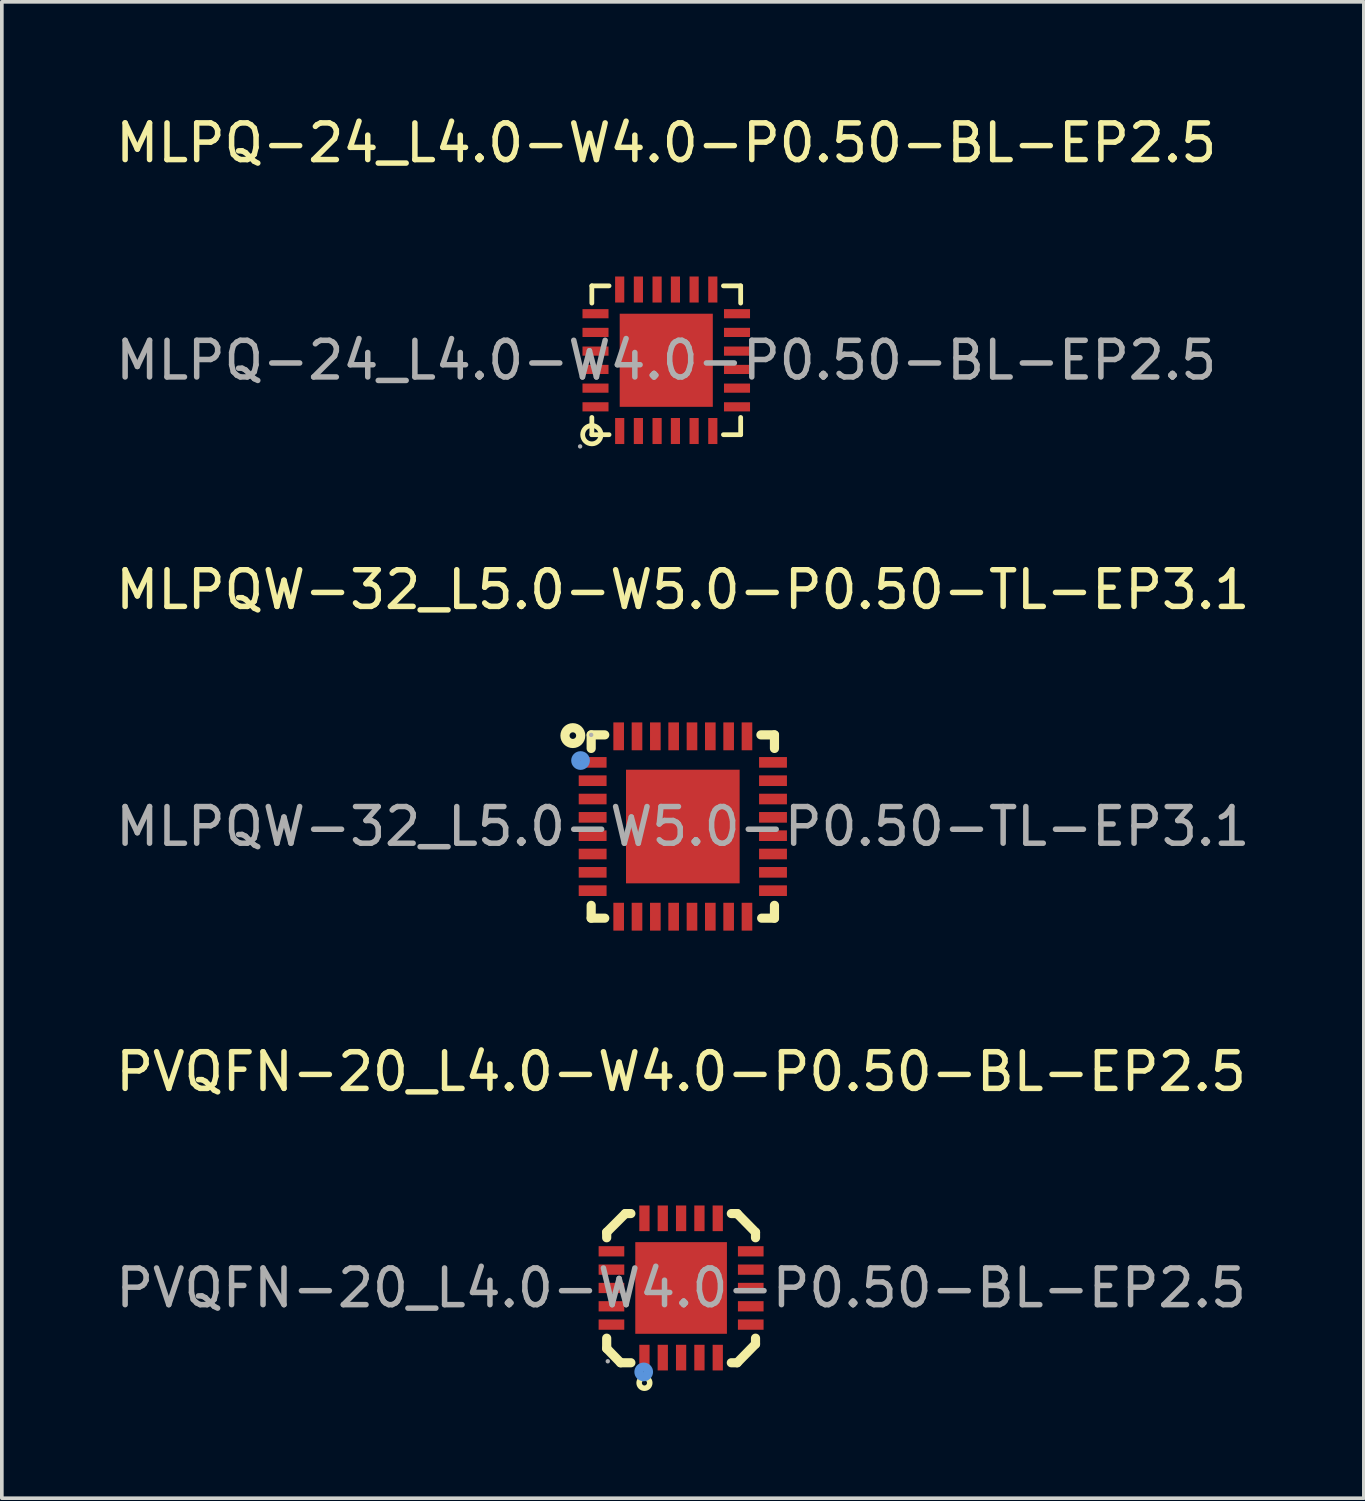
<source format=kicad_pcb>
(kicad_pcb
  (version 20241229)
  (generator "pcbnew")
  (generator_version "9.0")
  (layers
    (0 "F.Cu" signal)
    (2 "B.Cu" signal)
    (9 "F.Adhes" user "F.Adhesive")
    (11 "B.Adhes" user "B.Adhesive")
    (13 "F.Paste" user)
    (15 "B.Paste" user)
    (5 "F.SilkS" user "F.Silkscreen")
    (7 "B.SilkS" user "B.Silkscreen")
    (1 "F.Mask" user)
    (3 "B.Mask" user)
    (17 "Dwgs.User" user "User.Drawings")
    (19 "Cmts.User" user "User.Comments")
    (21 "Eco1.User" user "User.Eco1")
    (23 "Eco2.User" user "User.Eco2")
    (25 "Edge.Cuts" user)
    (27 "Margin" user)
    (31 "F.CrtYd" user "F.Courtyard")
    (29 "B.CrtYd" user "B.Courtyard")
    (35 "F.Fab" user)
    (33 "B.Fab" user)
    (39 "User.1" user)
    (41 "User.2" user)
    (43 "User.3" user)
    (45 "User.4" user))
  (footprint "MLPQ-24_L4.0-W4.0-P0.50-BL-EP2.5"
    (layer "F.Cu")
    (at 15.125 6.778)
    (property "Reference" "MLPQ-24_L4.0-W4.0-P0.50-BL-EP2.5" (at 0 -5.93 0) (layer "F.SilkS") (effects (font (size 1 1) (thickness 0.15))))
    (attr through_hole)
    (fp_line (start -2.03 -2.03) (end -2.03 -1.56) (stroke (width 0.13) (type solid)) (layer "F.SilkS"))
    (fp_line (start -2.03 1.56) (end -2.03 2.03) (stroke (width 0.13) (type solid)) (layer "F.SilkS"))
    (fp_line (start -2.03 2.03) (end -1.56 2.03) (stroke (width 0.13) (type solid)) (layer "F.SilkS"))
    (fp_line (start -1.56 -2.03) (end -2.03 -2.03) (stroke (width 0.13) (type solid)) (layer "F.SilkS"))
    (fp_line (start 1.56 2.03) (end 2.03 2.03) (stroke (width 0.13) (type solid)) (layer "F.SilkS"))
    (fp_line (start 2.03 -2.03) (end 1.56 -2.03) (stroke (width 0.13) (type solid)) (layer "F.SilkS"))
    (fp_line (start 2.03 -1.56) (end 2.03 -2.03) (stroke (width 0.13) (type solid)) (layer "F.SilkS"))
    (fp_line (start 2.03 2.03) (end 2.03 1.56) (stroke (width 0.13) (type solid)) (layer "F.SilkS"))
    (fp_circle (center -2.03 2.03) (end -1.78 2.03) (stroke (width 0.13) (type solid)) (fill no) (layer "F.SilkS"))
    (fp_circle (center -2.35 2.35) (end -2.32 2.35) (stroke (width 0.06) (type solid)) (fill no) (layer "F.Fab"))
    (fp_text user "${REFERENCE}" (at 0 0 0) (layer "F.Fab") (effects (font (size 1 1) (thickness 0.15))))
    (pad "1" smd rect (at -1.27 1.93 180) (size 0.25 0.71) (layers "F.Cu" "F.Mask" "F.Paste"))
    (pad "2" smd rect (at -0.76 1.93 180) (size 0.25 0.71) (layers "F.Cu" "F.Mask" "F.Paste"))
    (pad "3" smd rect (at -0.25 1.93 180) (size 0.25 0.71) (layers "F.Cu" "F.Mask" "F.Paste"))
    (pad "4" smd rect (at 0.25 1.93 180) (size 0.25 0.71) (layers "F.Cu" "F.Mask" "F.Paste"))
    (pad "5" smd rect (at 0.76 1.93 180) (size 0.25 0.71) (layers "F.Cu" "F.Mask" "F.Paste"))
    (pad "6" smd rect (at 1.27 1.93 180) (size 0.25 0.71) (layers "F.Cu" "F.Mask" "F.Paste"))
    (pad "7" smd rect (at 1.93 1.27 270) (size 0.25 0.71) (layers "F.Cu" "F.Mask" "F.Paste"))
    (pad "8" smd rect (at 1.93 0.76 270) (size 0.25 0.71) (layers "F.Cu" "F.Mask" "F.Paste"))
    (pad "9" smd rect (at 1.93 0.25 270) (size 0.25 0.71) (layers "F.Cu" "F.Mask" "F.Paste"))
    (pad "10" smd rect (at 1.93 -0.25 270) (size 0.25 0.71) (layers "F.Cu" "F.Mask" "F.Paste"))
    (pad "11" smd rect (at 1.93 -0.76 270) (size 0.25 0.71) (layers "F.Cu" "F.Mask" "F.Paste"))
    (pad "12" smd rect (at 1.93 -1.27 270) (size 0.25 0.71) (layers "F.Cu" "F.Mask" "F.Paste"))
    (pad "13" smd rect (at 1.27 -1.93) (size 0.25 0.71) (layers "F.Cu" "F.Mask" "F.Paste"))
    (pad "14" smd rect (at 0.76 -1.93) (size 0.25 0.71) (layers "F.Cu" "F.Mask" "F.Paste"))
    (pad "15" smd rect (at 0.25 -1.93) (size 0.25 0.71) (layers "F.Cu" "F.Mask" "F.Paste"))
    (pad "16" smd rect (at -0.25 -1.93) (size 0.25 0.71) (layers "F.Cu" "F.Mask" "F.Paste"))
    (pad "17" smd rect (at -0.76 -1.93) (size 0.25 0.71) (layers "F.Cu" "F.Mask" "F.Paste"))
    (pad "18" smd rect (at -1.27 -1.93) (size 0.25 0.71) (layers "F.Cu" "F.Mask" "F.Paste"))
    (pad "19" smd rect (at -1.93 -1.27 90) (size 0.25 0.71) (layers "F.Cu" "F.Mask" "F.Paste"))
    (pad "20" smd rect (at -1.93 -0.76 90) (size 0.25 0.71) (layers "F.Cu" "F.Mask" "F.Paste"))
    (pad "21" smd rect (at -1.93 -0.25 90) (size 0.25 0.71) (layers "F.Cu" "F.Mask" "F.Paste"))
    (pad "22" smd rect (at -1.93 0.25 90) (size 0.25 0.71) (layers "F.Cu" "F.Mask" "F.Paste"))
    (pad "23" smd rect (at -1.93 0.76 90) (size 0.25 0.71) (layers "F.Cu" "F.Mask" "F.Paste"))
    (pad "24" smd rect (at -1.93 1.27 90) (size 0.25 0.71) (layers "F.Cu" "F.Mask" "F.Paste"))
    (pad "25" smd rect (at 0 0) (size 2.54 2.54) (layers "F.Cu" "F.Mask" "F.Paste")))
  (footprint "MLPQW-32_L5.0-W5.0-P0.50-TL-EP3.1"
    (layer "F.Cu")
    (at 15.577 19.497)
    (property "Reference" "MLPQW-32_L5.0-W5.0-P0.50-TL-EP3.1" (at 0 -6.46 0) (layer "F.SilkS") (effects (font (size 1 1) (thickness 0.15))))
    (attr through_hole)
    (fp_line (start -2.5 -2.5) (end -2.5 -2.13) (stroke (width 0.25) (type solid)) (layer "F.SilkS"))
    (fp_line (start -2.5 -2.5) (end -2.13 -2.5) (stroke (width 0.25) (type solid)) (layer "F.SilkS"))
    (fp_line (start -2.5 2.15) (end -2.5 2.5) (stroke (width 0.25) (type solid)) (layer "F.SilkS"))
    (fp_line (start -2.13 2.5) (end -2.5 2.5) (stroke (width 0.25) (type solid)) (layer "F.SilkS"))
    (fp_line (start 2.13 -2.5) (end 2.5 -2.5) (stroke (width 0.25) (type solid)) (layer "F.SilkS"))
    (fp_line (start 2.5 -2.5) (end 2.5 -2.13) (stroke (width 0.25) (type solid)) (layer "F.SilkS"))
    (fp_line (start 2.5 2.15) (end 2.5 2.5) (stroke (width 0.25) (type solid)) (layer "F.SilkS"))
    (fp_line (start 2.5 2.5) (end 2.15 2.5) (stroke (width 0.25) (type solid)) (layer "F.SilkS"))
    (fp_circle (center -3 -2.48) (end -2.91 -2.48) (stroke (width 0.25) (type solid)) (fill no) (layer "F.SilkS"))
    (fp_circle (center -2.79 -1.8) (end -2.66 -1.8) (stroke (width 0.25) (type solid)) (fill no) (layer "Cmts.User"))
    (fp_circle (center -2.5 -2.5) (end -2.47 -2.5) (stroke (width 0.06) (type solid)) (fill no) (layer "F.Fab"))
    (fp_text user "${REFERENCE}" (at 0 0 0) (layer "F.Fab") (effects (font (size 1 1) (thickness 0.15))))
    (pad "1" smd rect (at -2.46 -1.75) (size 0.76 0.29) (layers "F.Cu" "F.Mask" "F.Paste"))
    (pad "2" smd rect (at -2.46 -1.25) (size 0.76 0.29) (layers "F.Cu" "F.Mask" "F.Paste"))
    (pad "3" smd rect (at -2.46 -0.75) (size 0.76 0.29) (layers "F.Cu" "F.Mask" "F.Paste"))
    (pad "4" smd rect (at -2.46 -0.25) (size 0.76 0.29) (layers "F.Cu" "F.Mask" "F.Paste"))
    (pad "5" smd rect (at -2.46 0.25) (size 0.76 0.29) (layers "F.Cu" "F.Mask" "F.Paste"))
    (pad "6" smd rect (at -2.46 0.75) (size 0.76 0.29) (layers "F.Cu" "F.Mask" "F.Paste"))
    (pad "7" smd rect (at -2.46 1.25) (size 0.76 0.29) (layers "F.Cu" "F.Mask" "F.Paste"))
    (pad "8" smd rect (at -2.46 1.75) (size 0.76 0.29) (layers "F.Cu" "F.Mask" "F.Paste"))
    (pad "9" smd rect (at -1.75 2.46) (size 0.29 0.76) (layers "F.Cu" "F.Mask" "F.Paste"))
    (pad "10" smd rect (at -1.25 2.46) (size 0.29 0.76) (layers "F.Cu" "F.Mask" "F.Paste"))
    (pad "11" smd rect (at -0.75 2.46) (size 0.29 0.76) (layers "F.Cu" "F.Mask" "F.Paste"))
    (pad "12" smd rect (at -0.25 2.46) (size 0.29 0.76) (layers "F.Cu" "F.Mask" "F.Paste"))
    (pad "13" smd rect (at 0.25 2.46) (size 0.29 0.76) (layers "F.Cu" "F.Mask" "F.Paste"))
    (pad "14" smd rect (at 0.75 2.46) (size 0.29 0.76) (layers "F.Cu" "F.Mask" "F.Paste"))
    (pad "15" smd rect (at 1.25 2.46) (size 0.29 0.76) (layers "F.Cu" "F.Mask" "F.Paste"))
    (pad "16" smd rect (at 1.75 2.46) (size 0.29 0.76) (layers "F.Cu" "F.Mask" "F.Paste"))
    (pad "17" smd rect (at 2.46 1.75) (size 0.76 0.29) (layers "F.Cu" "F.Mask" "F.Paste"))
    (pad "18" smd rect (at 2.46 1.25) (size 0.76 0.29) (layers "F.Cu" "F.Mask" "F.Paste"))
    (pad "19" smd rect (at 2.46 0.75) (size 0.76 0.29) (layers "F.Cu" "F.Mask" "F.Paste"))
    (pad "20" smd rect (at 2.46 0.25) (size 0.76 0.29) (layers "F.Cu" "F.Mask" "F.Paste"))
    (pad "21" smd rect (at 2.46 -0.25) (size 0.76 0.29) (layers "F.Cu" "F.Mask" "F.Paste"))
    (pad "22" smd rect (at 2.46 -0.75) (size 0.76 0.29) (layers "F.Cu" "F.Mask" "F.Paste"))
    (pad "23" smd rect (at 2.46 -1.25) (size 0.76 0.29) (layers "F.Cu" "F.Mask" "F.Paste"))
    (pad "24" smd rect (at 2.46 -1.75) (size 0.76 0.29) (layers "F.Cu" "F.Mask" "F.Paste"))
    (pad "25" smd rect (at 1.75 -2.46) (size 0.29 0.76) (layers "F.Cu" "F.Mask" "F.Paste"))
    (pad "26" smd rect (at 1.25 -2.46) (size 0.29 0.76) (layers "F.Cu" "F.Mask" "F.Paste"))
    (pad "27" smd rect (at 0.75 -2.46) (size 0.29 0.76) (layers "F.Cu" "F.Mask" "F.Paste"))
    (pad "28" smd rect (at 0.25 -2.46) (size 0.29 0.76) (layers "F.Cu" "F.Mask" "F.Paste"))
    (pad "29" smd rect (at -0.25 -2.46) (size 0.29 0.76) (layers "F.Cu" "F.Mask" "F.Paste"))
    (pad "30" smd rect (at -0.75 -2.46) (size 0.29 0.76) (layers "F.Cu" "F.Mask" "F.Paste"))
    (pad "31" smd rect (at -1.25 -2.46) (size 0.29 0.76) (layers "F.Cu" "F.Mask" "F.Paste"))
    (pad "32" smd rect (at -1.75 -2.46) (size 0.29 0.76) (layers "F.Cu" "F.Mask" "F.Paste"))
    (pad "33" smd rect (at 0 0) (size 3.1 3.1) (layers "F.Cu" "F.Mask" "F.Paste")))
  (footprint "PVQFN-20_L4.0-W4.0-P0.50-BL-EP2.5"
    (layer "F.Cu")
    (at 15.53 32.085)
    (property "Reference" "PVQFN-20_L4.0-W4.0-P0.50-BL-EP2.5" (at 0 -5.9 0) (layer "F.SilkS") (effects (font (size 1 1) (thickness 0.15))))
    (attr through_hole)
    (fp_line (start -2.03 -1.52) (end -1.52 -2.03) (stroke (width 0.25) (type solid)) (layer "F.SilkS"))
    (fp_line (start -2.03 -1.37) (end -2.03 -1.52) (stroke (width 0.25) (type solid)) (layer "F.SilkS"))
    (fp_line (start -2.03 1.65) (end -2.03 1.37) (stroke (width 0.25) (type solid)) (layer "F.SilkS"))
    (fp_line (start -1.65 2.04) (end -2.03 1.65) (stroke (width 0.25) (type solid)) (layer "F.SilkS"))
    (fp_line (start -1.52 -2.03) (end -1.37 -2.03) (stroke (width 0.25) (type solid)) (layer "F.SilkS"))
    (fp_line (start -1.37 2.04) (end -1.65 2.04) (stroke (width 0.25) (type solid)) (layer "F.SilkS"))
    (fp_line (start 1.37 -2.03) (end 1.53 -2.03) (stroke (width 0.25) (type solid)) (layer "F.SilkS"))
    (fp_line (start 1.53 -2.03) (end 2.03 -1.52) (stroke (width 0.25) (type solid)) (layer "F.SilkS"))
    (fp_line (start 1.53 2.04) (end 1.37 2.04) (stroke (width 0.25) (type solid)) (layer "F.SilkS"))
    (fp_line (start 2.03 -1.52) (end 2.03 -1.37) (stroke (width 0.25) (type solid)) (layer "F.SilkS"))
    (fp_line (start 2.03 1.37) (end 2.03 1.53) (stroke (width 0.25) (type solid)) (layer "F.SilkS"))
    (fp_line (start 2.03 1.53) (end 1.53 2.04) (stroke (width 0.25) (type solid)) (layer "F.SilkS"))
    (fp_circle (center -1 2.59) (end -0.93 2.59) (stroke (width 0.15) (type solid)) (fill no) (layer "F.SilkS"))
    (fp_circle (center -1.02 2.29) (end -0.89 2.29) (stroke (width 0.25) (type solid)) (fill no) (layer "Cmts.User"))
    (fp_circle (center -2 2) (end -1.97 2) (stroke (width 0.06) (type solid)) (fill no) (layer "F.Fab"))
    (fp_text user "${REFERENCE}" (at 0 0 0) (layer "F.Fab") (effects (font (size 1 1) (thickness 0.15))))
    (pad "1" smd rect (at -1 1.9 90) (size 0.7 0.28) (layers "F.Cu" "F.Mask" "F.Paste"))
    (pad "2" smd rect (at -0.5 1.9 90) (size 0.7 0.28) (layers "F.Cu" "F.Mask" "F.Paste"))
    (pad "3" smd rect (at 0 1.9 90) (size 0.7 0.28) (layers "F.Cu" "F.Mask" "F.Paste"))
    (pad "4" smd rect (at 0.5 1.9 90) (size 0.7 0.28) (layers "F.Cu" "F.Mask" "F.Paste"))
    (pad "5" smd rect (at 1 1.9 90) (size 0.7 0.28) (layers "F.Cu" "F.Mask" "F.Paste"))
    (pad "6" smd rect (at 1.9 1 90) (size 0.28 0.7) (layers "F.Cu" "F.Mask" "F.Paste"))
    (pad "7" smd rect (at 1.9 0.5 90) (size 0.28 0.7) (layers "F.Cu" "F.Mask" "F.Paste"))
    (pad "8" smd rect (at 1.9 0 90) (size 0.28 0.7) (layers "F.Cu" "F.Mask" "F.Paste"))
    (pad "9" smd rect (at 1.9 -0.5 90) (size 0.28 0.7) (layers "F.Cu" "F.Mask" "F.Paste"))
    (pad "10" smd rect (at 1.9 -1 90) (size 0.28 0.7) (layers "F.Cu" "F.Mask" "F.Paste"))
    (pad "11" smd rect (at 1 -1.9 90) (size 0.7 0.28) (layers "F.Cu" "F.Mask" "F.Paste"))
    (pad "12" smd rect (at 0.5 -1.9 90) (size 0.7 0.28) (layers "F.Cu" "F.Mask" "F.Paste"))
    (pad "13" smd rect (at 0 -1.9 90) (size 0.7 0.28) (layers "F.Cu" "F.Mask" "F.Paste"))
    (pad "14" smd rect (at -0.5 -1.9 90) (size 0.7 0.28) (layers "F.Cu" "F.Mask" "F.Paste"))
    (pad "15" smd rect (at -1 -1.9 90) (size 0.7 0.28) (layers "F.Cu" "F.Mask" "F.Paste"))
    (pad "16" smd rect (at -1.9 -1 90) (size 0.28 0.7) (layers "F.Cu" "F.Mask" "F.Paste"))
    (pad "17" smd rect (at -1.9 -0.5 90) (size 0.28 0.7) (layers "F.Cu" "F.Mask" "F.Paste"))
    (pad "18" smd rect (at -1.9 0 90) (size 0.28 0.7) (layers "F.Cu" "F.Mask" "F.Paste"))
    (pad "19" smd rect (at -1.9 0.5 90) (size 0.28 0.7) (layers "F.Cu" "F.Mask" "F.Paste"))
    (pad "20" smd rect (at -1.9 1 90) (size 0.28 0.7) (layers "F.Cu" "F.Mask" "F.Paste"))
    (pad "21" smd rect (at 0 0 90) (size 2.5 2.5) (layers "F.Cu" "F.Mask" "F.Paste")))
  (gr_rect
    (start -3 -3)
    (end 34.155 37.82)
    (stroke (width 0.1) (type default))
    (fill no)
    (layer "Edge.Cuts")))
</source>
